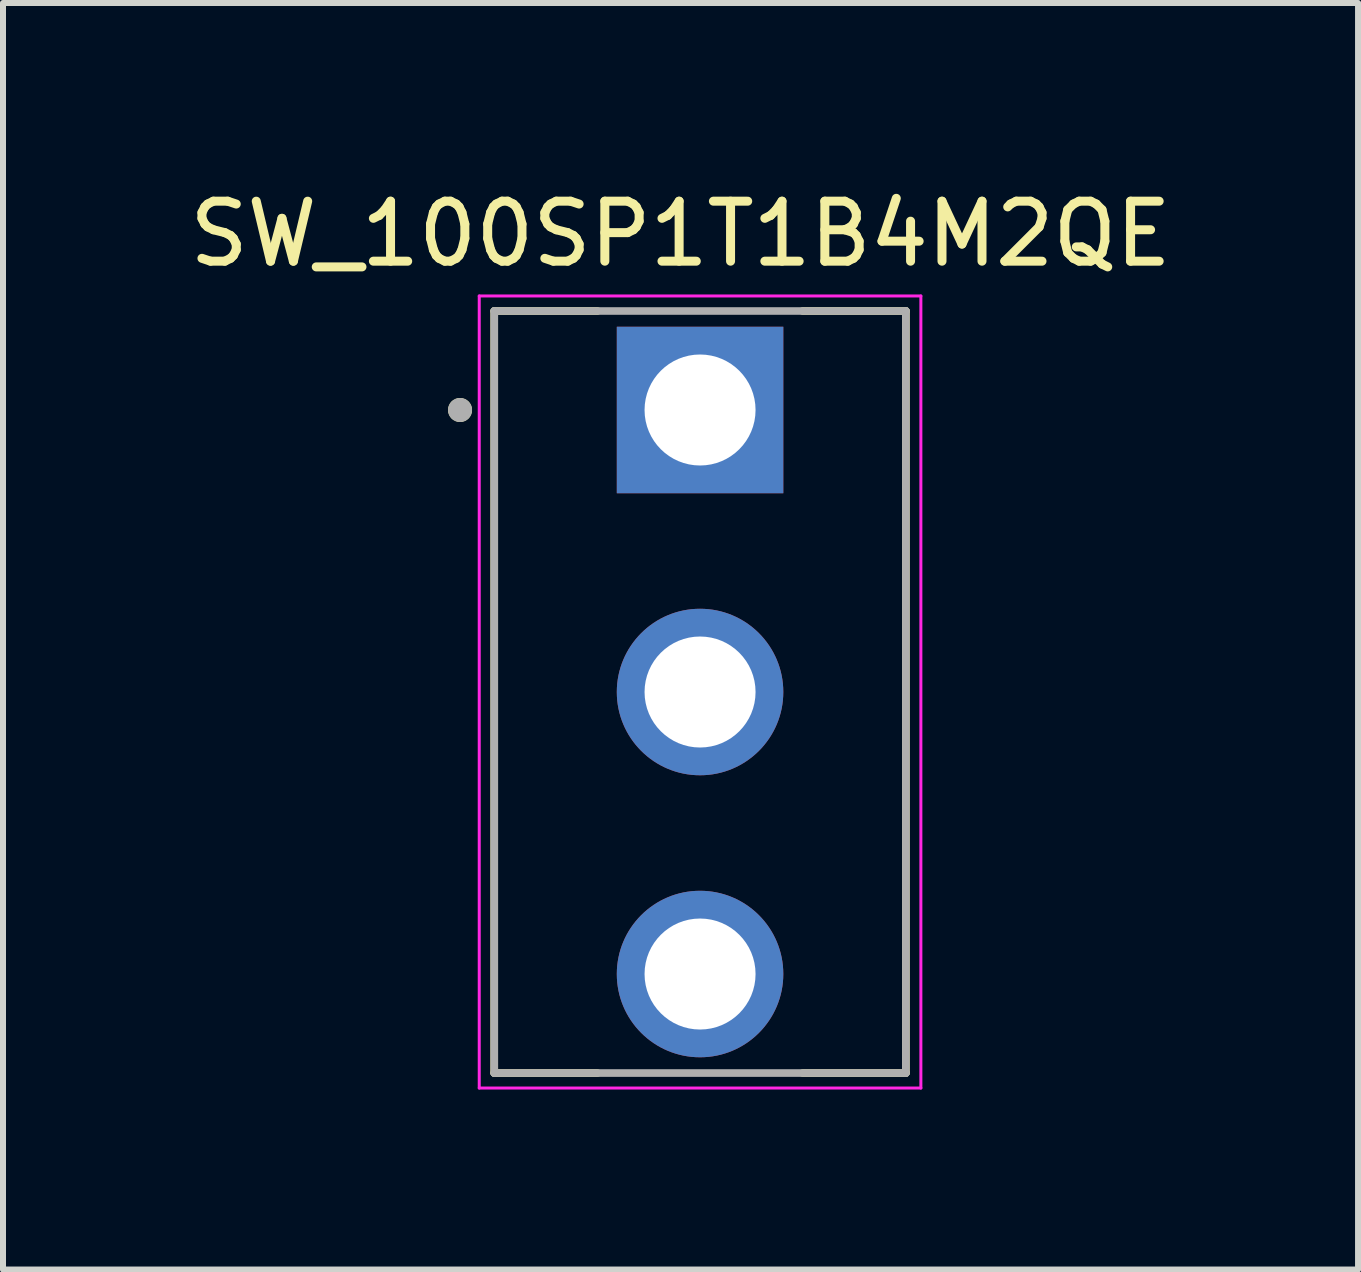
<source format=kicad_pcb>
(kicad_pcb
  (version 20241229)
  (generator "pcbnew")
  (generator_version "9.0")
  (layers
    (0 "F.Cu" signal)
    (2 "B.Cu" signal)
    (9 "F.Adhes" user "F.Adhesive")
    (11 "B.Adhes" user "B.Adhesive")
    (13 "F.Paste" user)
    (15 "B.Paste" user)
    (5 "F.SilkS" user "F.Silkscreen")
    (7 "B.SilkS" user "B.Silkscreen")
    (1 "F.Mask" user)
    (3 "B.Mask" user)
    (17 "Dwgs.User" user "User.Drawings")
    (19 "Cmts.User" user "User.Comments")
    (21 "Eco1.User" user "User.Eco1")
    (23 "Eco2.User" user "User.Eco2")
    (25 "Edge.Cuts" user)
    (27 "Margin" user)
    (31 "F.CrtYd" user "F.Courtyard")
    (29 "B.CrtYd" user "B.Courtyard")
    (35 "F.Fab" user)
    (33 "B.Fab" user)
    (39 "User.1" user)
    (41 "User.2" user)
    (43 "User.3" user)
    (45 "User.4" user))
  (footprint "SW_100SP1T1B4M2QE"
    (layer "F.Cu")
    (at 8.617 8.483)
    (property "Reference" "SW_100SP1T1B4M2QE" (at -0.325 -7.635 0) (layer "F.SilkS") (effects (font (size 1 1) (thickness 0.15))))
    (attr through_hole)
    (fp_line (start -3.43 6.35) (end -3.43 -6.35) (stroke (width 0.127) (type solid)) (layer "F.SilkS"))
    (fp_line (start -1.71 -6.35) (end -3.43 -6.35) (stroke (width 0.127) (type solid)) (layer "F.SilkS"))
    (fp_line (start -1.71 6.35) (end -3.43 6.35) (stroke (width 0.127) (type solid)) (layer "F.SilkS"))
    (fp_line (start 3.43 -6.35) (end 1.71 -6.35) (stroke (width 0.127) (type solid)) (layer "F.SilkS"))
    (fp_line (start 3.43 -6.35) (end 3.43 6.35) (stroke (width 0.127) (type solid)) (layer "F.SilkS"))
    (fp_line (start 3.43 6.35) (end 1.71 6.35) (stroke (width 0.127) (type solid)) (layer "F.SilkS"))
    (fp_circle (center -4 -4.7) (end -3.9 -4.7) (stroke (width 0.2) (type solid)) (fill no) (layer "F.SilkS"))
    (fp_line (start -3.68 -6.6) (end -3.68 6.6) (stroke (width 0.05) (type solid)) (layer "F.CrtYd"))
    (fp_line (start -3.68 6.6) (end 3.68 6.6) (stroke (width 0.05) (type solid)) (layer "F.CrtYd"))
    (fp_line (start 3.68 -6.6) (end -3.68 -6.6) (stroke (width 0.05) (type solid)) (layer "F.CrtYd"))
    (fp_line (start 3.68 6.6) (end 3.68 -6.6) (stroke (width 0.05) (type solid)) (layer "F.CrtYd"))
    (fp_line (start -3.43 -6.35) (end -3.43 6.35) (stroke (width 0.127) (type solid)) (layer "F.Fab"))
    (fp_line (start -3.43 6.35) (end 3.43 6.35) (stroke (width 0.127) (type solid)) (layer "F.Fab"))
    (fp_line (start 3.43 -6.35) (end -3.43 -6.35) (stroke (width 0.127) (type solid)) (layer "F.Fab"))
    (fp_line (start 3.43 6.35) (end 3.43 -6.35) (stroke (width 0.127) (type solid)) (layer "F.Fab"))
    (fp_circle (center -4 -4.7) (end -3.9 -4.7) (stroke (width 0.2) (type solid)) (fill no) (layer "F.Fab"))
    (pad "1" thru_hole rect (at 0 -4.7) (size 2.775 2.775) (drill 1.85) (layers "*.Cu" "*.Mask"))
    (pad "2" thru_hole circle (at 0 0) (size 2.775 2.775) (drill 1.85) (layers "*.Cu" "*.Mask"))
    (pad "3" thru_hole circle (at 0 4.7) (size 2.775 2.775) (drill 1.85) (layers "*.Cu" "*.Mask")))
  (gr_rect
    (start -3 -3)
    (end 19.583 18.108)
    (stroke (width 0.1) (type default))
    (fill no)
    (layer "Edge.Cuts")))
</source>
